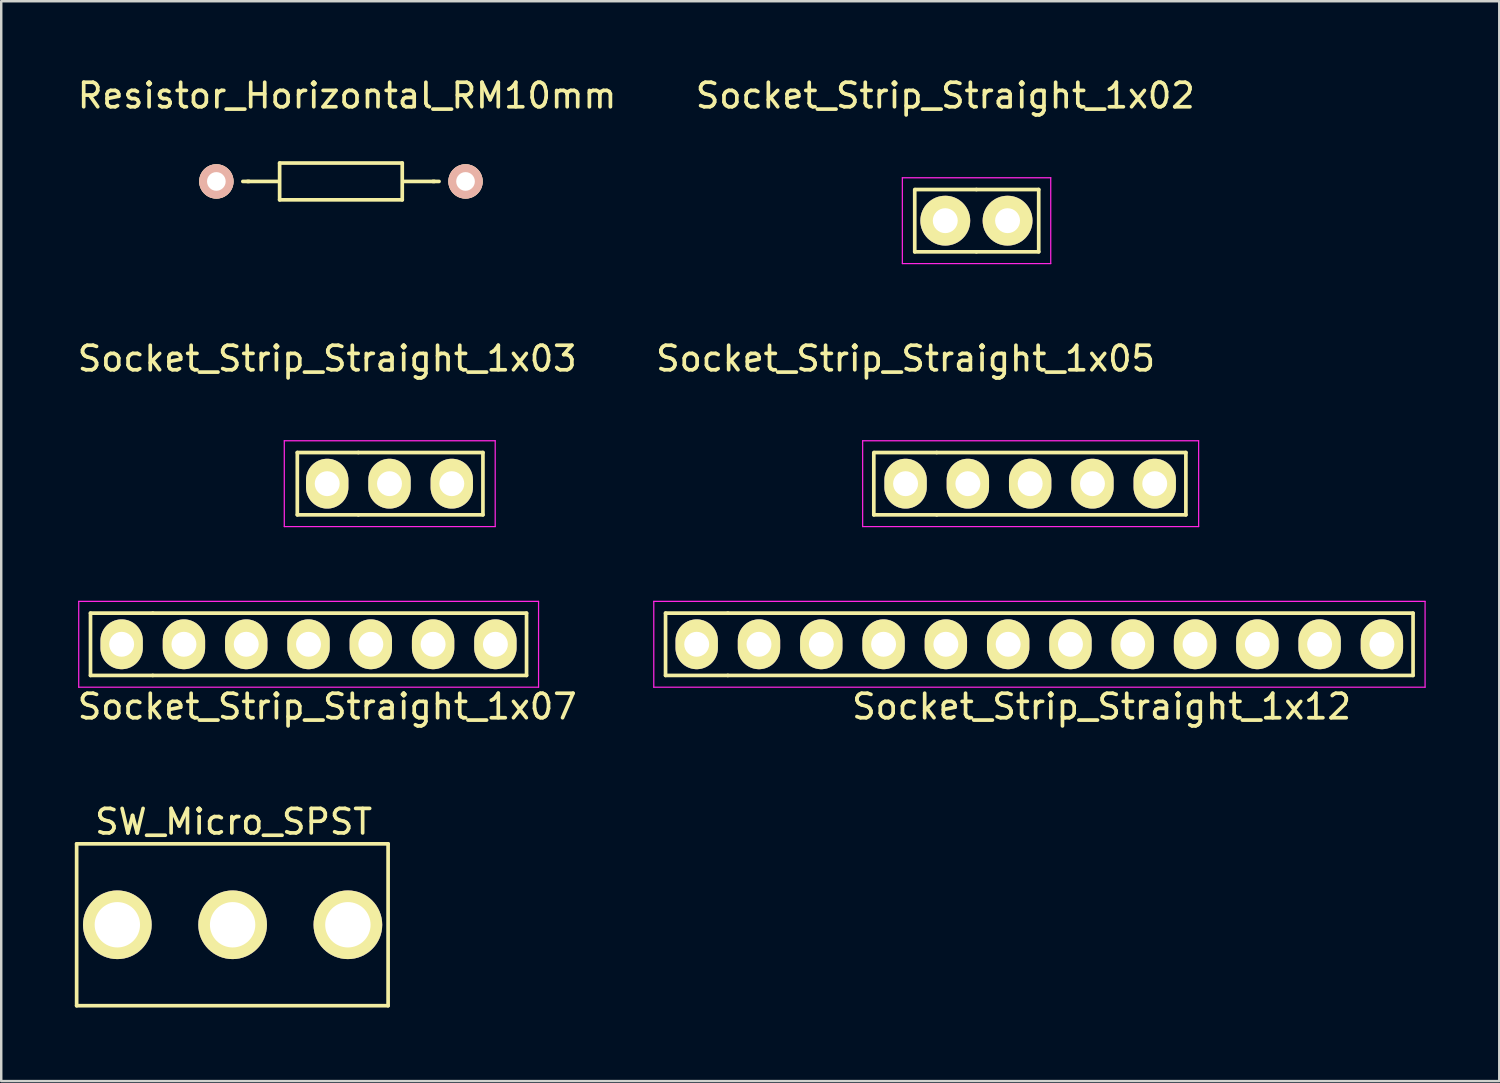
<source format=kicad_pcb>
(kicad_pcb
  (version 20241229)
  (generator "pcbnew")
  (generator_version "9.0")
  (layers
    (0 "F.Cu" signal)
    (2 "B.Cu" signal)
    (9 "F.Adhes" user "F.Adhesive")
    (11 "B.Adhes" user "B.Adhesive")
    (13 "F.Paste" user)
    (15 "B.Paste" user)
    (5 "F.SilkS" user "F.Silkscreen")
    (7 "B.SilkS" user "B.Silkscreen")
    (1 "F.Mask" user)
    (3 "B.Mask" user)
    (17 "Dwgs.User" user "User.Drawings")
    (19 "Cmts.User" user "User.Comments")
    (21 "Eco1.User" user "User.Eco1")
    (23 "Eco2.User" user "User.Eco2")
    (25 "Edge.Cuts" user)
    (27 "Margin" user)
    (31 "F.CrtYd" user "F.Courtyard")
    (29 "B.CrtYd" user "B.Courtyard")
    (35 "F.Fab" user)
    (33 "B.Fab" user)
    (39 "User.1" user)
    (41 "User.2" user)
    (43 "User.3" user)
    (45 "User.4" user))
  (footprint "Resistor_Horizontal_RM10mm"
    (layer "F.Cu")
    (at 10.852 4.348)
    (property "Reference" "Resistor_Horizontal_RM10mm" (at 0.249 -3.5 0) (layer "F.SilkS") (effects (font (size 1 1) (thickness 0.15))))
    (attr through_hole)
    (fp_line (start -3.75 0) (end -4 0) (stroke (width 0.15) (type solid)) (layer "F.SilkS"))
    (fp_line (start -2.54 0) (end -3.81 0) (stroke (width 0.15) (type solid)) (layer "F.SilkS"))
    (fp_line (start -2.5 -0.75) (end -2.5 0.75) (stroke (width 0.15) (type solid)) (layer "F.SilkS"))
    (fp_line (start -2.5 0.75) (end 2.5 0.75) (stroke (width 0.15) (type solid)) (layer "F.SilkS"))
    (fp_line (start 2.5 -0.75) (end -2.5 -0.75) (stroke (width 0.15) (type solid)) (layer "F.SilkS"))
    (fp_line (start 2.5 0.75) (end 2.5 -0.75) (stroke (width 0.15) (type solid)) (layer "F.SilkS"))
    (fp_line (start 2.54 0) (end 3.81 0) (stroke (width 0.15) (type solid)) (layer "F.SilkS"))
    (fp_line (start 3.75 0) (end 4 0) (stroke (width 0.15) (type solid)) (layer "F.SilkS"))
    (pad "1" thru_hole circle (at -5.08 0) (size 1.4 1.4) (drill 0.76) (layers "*.Cu" "*.SilkS" "*.Mask"))
    (pad "2" thru_hole circle (at 5.08 0) (size 1.4 1.4) (drill 0.76) (layers "*.Cu" "*.SilkS" "*.Mask")))
  (footprint "Socket_Strip_Straight_1x07"
    (layer "F.Cu")
    (at 1.91 23.221)
    (property "Reference" "Socket_Strip_Straight_1x07" (at 8.382 2.54 0) (layer "F.SilkS") (effects (font (size 1 1) (thickness 0.15))))
    (attr through_hole)
    (fp_line (start -1.27 1.27) (end -1.27 -1.27) (stroke (width 0.15) (type solid)) (layer "F.SilkS"))
    (fp_line (start -1.27 1.27) (end 1.27 1.27) (stroke (width 0.15) (type solid)) (layer "F.SilkS"))
    (fp_line (start 1.27 -1.27) (end -1.27 -1.27) (stroke (width 0.15) (type solid)) (layer "F.SilkS"))
    (fp_line (start 1.27 1.27) (end 16.51 1.27) (stroke (width 0.15) (type solid)) (layer "F.SilkS"))
    (fp_line (start 16.51 -1.27) (end 1.27 -1.27) (stroke (width 0.15) (type solid)) (layer "F.SilkS"))
    (fp_line (start 16.51 1.27) (end 16.51 -1.27) (stroke (width 0.15) (type solid)) (layer "F.SilkS"))
    (fp_line (start -1.75 -1.75) (end -1.75 1.75) (stroke (width 0.05) (type solid)) (layer "F.CrtYd"))
    (fp_line (start -1.75 -1.75) (end 17 -1.75) (stroke (width 0.05) (type solid)) (layer "F.CrtYd"))
    (fp_line (start -1.75 1.75) (end 17 1.75) (stroke (width 0.05) (type solid)) (layer "F.CrtYd"))
    (fp_line (start 17 -1.75) (end 17 1.75) (stroke (width 0.05) (type solid)) (layer "F.CrtYd"))
    (pad "1" thru_hole oval (at 0 0) (size 1.727 2.032) (drill 1.016) (layers "*.Cu" "*.Mask" "F.SilkS"))
    (pad "2" thru_hole oval (at 2.54 0) (size 1.727 2.032) (drill 1.016) (layers "*.Cu" "*.Mask" "F.SilkS"))
    (pad "3" thru_hole oval (at 5.08 0) (size 1.727 2.032) (drill 1.016) (layers "*.Cu" "*.Mask" "F.SilkS"))
    (pad "4" thru_hole oval (at 7.62 0) (size 1.727 2.032) (drill 1.016) (layers "*.Cu" "*.Mask" "F.SilkS"))
    (pad "5" thru_hole oval (at 10.16 0) (size 1.727 2.032) (drill 1.016) (layers "*.Cu" "*.Mask" "F.SilkS"))
    (pad "6" thru_hole oval (at 12.7 0) (size 1.727 2.032) (drill 1.016) (layers "*.Cu" "*.Mask" "F.SilkS"))
    (pad "7" thru_hole oval (at 15.24 0) (size 1.727 2.032) (drill 1.016) (layers "*.Cu" "*.Mask" "F.SilkS")))
  (footprint "Socket_Strip_Straight_1x02"
    (layer "F.Cu")
    (at 35.494 5.948)
    (property "Reference" "Socket_Strip_Straight_1x02" (at 0 -5.1 0) (layer "F.SilkS") (effects (font (size 1 1) (thickness 0.15))))
    (attr through_hole)
    (fp_line (start -1.245 1.27) (end -1.245 -1.27) (stroke (width 0.15) (type solid)) (layer "F.SilkS"))
    (fp_line (start 1.27 -1.27) (end -1.219 -1.27) (stroke (width 0.15) (type solid)) (layer "F.SilkS"))
    (fp_line (start 1.27 -1.27) (end 3.81 -1.27) (stroke (width 0.15) (type solid)) (layer "F.SilkS"))
    (fp_line (start 1.27 1.27) (end -1.245 1.27) (stroke (width 0.15) (type solid)) (layer "F.SilkS"))
    (fp_line (start 3.81 -1.27) (end 3.81 1.27) (stroke (width 0.15) (type solid)) (layer "F.SilkS"))
    (fp_line (start 3.81 1.27) (end 1.27 1.27) (stroke (width 0.15) (type solid)) (layer "F.SilkS"))
    (fp_line (start -1.75 -1.75) (end -1.75 1.75) (stroke (width 0.05) (type solid)) (layer "F.CrtYd"))
    (fp_line (start -1.75 -1.75) (end 4.3 -1.75) (stroke (width 0.05) (type solid)) (layer "F.CrtYd"))
    (fp_line (start -1.75 1.75) (end 4.3 1.75) (stroke (width 0.05) (type solid)) (layer "F.CrtYd"))
    (fp_line (start 4.3 -1.75) (end 4.3 1.75) (stroke (width 0.05) (type solid)) (layer "F.CrtYd"))
    (pad "1" thru_hole oval (at 0 0) (size 2.032 2.032) (drill 1.016) (layers "*.Cu" "*.Mask" "F.SilkS"))
    (pad "2" thru_hole oval (at 2.54 0) (size 2.032 2.032) (drill 1.016) (layers "*.Cu" "*.Mask" "F.SilkS")))
  (footprint "Socket_Strip_Straight_1x12"
    (layer "F.Cu")
    (at 25.358 23.221)
    (property "Reference" "Socket_Strip_Straight_1x12" (at 16.51 2.54 0) (layer "F.SilkS") (effects (font (size 1 1) (thickness 0.15))))
    (attr through_hole)
    (fp_line (start -1.27 -1.27) (end 1.27 -1.27) (stroke (width 0.15) (type solid)) (layer "F.SilkS"))
    (fp_line (start -1.27 1.27) (end -1.27 -1.27) (stroke (width 0.15) (type solid)) (layer "F.SilkS"))
    (fp_line (start 1.27 1.27) (end -1.27 1.27) (stroke (width 0.15) (type solid)) (layer "F.SilkS"))
    (fp_line (start 1.27 1.27) (end 29.21 1.27) (stroke (width 0.15) (type solid)) (layer "F.SilkS"))
    (fp_line (start 29.21 -1.27) (end 1.27 -1.27) (stroke (width 0.15) (type solid)) (layer "F.SilkS"))
    (fp_line (start 29.21 1.27) (end 29.21 -1.27) (stroke (width 0.15) (type solid)) (layer "F.SilkS"))
    (fp_line (start -1.75 -1.75) (end -1.75 1.75) (stroke (width 0.05) (type solid)) (layer "F.CrtYd"))
    (fp_line (start -1.75 -1.75) (end 29.7 -1.75) (stroke (width 0.05) (type solid)) (layer "F.CrtYd"))
    (fp_line (start -1.75 1.75) (end 29.7 1.75) (stroke (width 0.05) (type solid)) (layer "F.CrtYd"))
    (fp_line (start 29.7 -1.75) (end 29.7 1.75) (stroke (width 0.05) (type solid)) (layer "F.CrtYd"))
    (pad "1" thru_hole oval (at 0 0) (size 1.727 2.032) (drill 1.016) (layers "*.Cu" "*.Mask" "F.SilkS"))
    (pad "2" thru_hole oval (at 2.54 0) (size 1.727 2.032) (drill 1.016) (layers "*.Cu" "*.Mask" "F.SilkS"))
    (pad "3" thru_hole oval (at 5.08 0) (size 1.727 2.032) (drill 1.016) (layers "*.Cu" "*.Mask" "F.SilkS"))
    (pad "4" thru_hole oval (at 7.62 0) (size 1.727 2.032) (drill 1.016) (layers "*.Cu" "*.Mask" "F.SilkS"))
    (pad "5" thru_hole oval (at 10.16 0) (size 1.727 2.032) (drill 1.016) (layers "*.Cu" "*.Mask" "F.SilkS"))
    (pad "6" thru_hole oval (at 12.7 0) (size 1.727 2.032) (drill 1.016) (layers "*.Cu" "*.Mask" "F.SilkS"))
    (pad "7" thru_hole oval (at 15.24 0) (size 1.727 2.032) (drill 1.016) (layers "*.Cu" "*.Mask" "F.SilkS"))
    (pad "8" thru_hole oval (at 17.78 0) (size 1.727 2.032) (drill 1.016) (layers "*.Cu" "*.Mask" "F.SilkS"))
    (pad "9" thru_hole oval (at 20.32 0) (size 1.727 2.032) (drill 1.016) (layers "*.Cu" "*.Mask" "F.SilkS"))
    (pad "10" thru_hole oval (at 22.86 0) (size 1.727 2.032) (drill 1.016) (layers "*.Cu" "*.Mask" "F.SilkS"))
    (pad "11" thru_hole oval (at 25.4 0) (size 1.727 2.032) (drill 1.016) (layers "*.Cu" "*.Mask" "F.SilkS"))
    (pad "12" thru_hole oval (at 27.94 0) (size 1.727 2.032) (drill 1.016) (layers "*.Cu" "*.Mask" "F.SilkS")))
  (footprint "SW_Micro_SPST"
    (layer "F.Cu")
    (at 6.475 34.658)
    (property "Reference" "SW_Micro_SPST" (at 0 -4.2 0) (layer "F.SilkS") (effects (font (size 1 1) (thickness 0.15))))
    (attr through_hole)
    (fp_line (start -6.4 -3.3) (end -6.4 3.3) (stroke (width 0.15) (type solid)) (layer "F.SilkS"))
    (fp_line (start -6.4 3.3) (end 6.3 3.3) (stroke (width 0.15) (type solid)) (layer "F.SilkS"))
    (fp_line (start 6.3 -3.3) (end -6.4 -3.3) (stroke (width 0.15) (type solid)) (layer "F.SilkS"))
    (fp_line (start 6.3 3.3) (end 6.3 -3.3) (stroke (width 0.15) (type solid)) (layer "F.SilkS"))
    (pad "1" thru_hole circle (at -4.74 0) (size 2.8 2.8) (drill 1.85) (layers "*.Cu" "*.Mask" "F.SilkS"))
    (pad "2" thru_hole circle (at -0.04 0) (size 2.8 2.8) (drill 1.85) (layers "*.Cu" "*.Mask" "F.SilkS"))
    (pad "3" thru_hole circle (at 4.66 0) (size 2.8 2.8) (drill 1.85) (layers "*.Cu" "*.Mask" "F.SilkS")))
  (footprint "Socket_Strip_Straight_1x05"
    (layer "F.Cu")
    (at 33.875 16.672)
    (property "Reference" "Socket_Strip_Straight_1x05" (at 0 -5.1 0) (layer "F.SilkS") (effects (font (size 1 1) (thickness 0.15))))
    (attr through_hole)
    (fp_line (start -1.295 1.27) (end -1.295 -1.27) (stroke (width 0.15) (type solid)) (layer "F.SilkS"))
    (fp_line (start 1.27 -1.27) (end -1.27 -1.27) (stroke (width 0.15) (type solid)) (layer "F.SilkS"))
    (fp_line (start 1.27 1.27) (end -1.295 1.27) (stroke (width 0.15) (type solid)) (layer "F.SilkS"))
    (fp_line (start 1.27 1.27) (end 11.43 1.27) (stroke (width 0.15) (type solid)) (layer "F.SilkS"))
    (fp_line (start 11.43 -1.27) (end 1.27 -1.27) (stroke (width 0.15) (type solid)) (layer "F.SilkS"))
    (fp_line (start 11.43 1.27) (end 11.43 -1.27) (stroke (width 0.15) (type solid)) (layer "F.SilkS"))
    (fp_line (start -1.75 -1.75) (end -1.75 1.75) (stroke (width 0.05) (type solid)) (layer "F.CrtYd"))
    (fp_line (start -1.75 -1.75) (end 11.95 -1.75) (stroke (width 0.05) (type solid)) (layer "F.CrtYd"))
    (fp_line (start -1.75 1.75) (end 11.95 1.75) (stroke (width 0.05) (type solid)) (layer "F.CrtYd"))
    (fp_line (start 11.95 -1.75) (end 11.95 1.75) (stroke (width 0.05) (type solid)) (layer "F.CrtYd"))
    (pad "1" thru_hole oval (at 0 0) (size 1.727 2.032) (drill 1.016) (layers "*.Cu" "*.Mask" "F.SilkS"))
    (pad "2" thru_hole oval (at 2.54 0) (size 1.727 2.032) (drill 1.016) (layers "*.Cu" "*.Mask" "F.SilkS"))
    (pad "3" thru_hole oval (at 5.08 0) (size 1.727 2.032) (drill 1.016) (layers "*.Cu" "*.Mask" "F.SilkS"))
    (pad "4" thru_hole oval (at 7.62 0) (size 1.727 2.032) (drill 1.016) (layers "*.Cu" "*.Mask" "F.SilkS"))
    (pad "5" thru_hole oval (at 10.16 0) (size 1.727 2.032) (drill 1.016) (layers "*.Cu" "*.Mask" "F.SilkS")))
  (footprint "Socket_Strip_Straight_1x03"
    (layer "F.Cu")
    (at 10.292 16.672)
    (property "Reference" "Socket_Strip_Straight_1x03" (at 0 -5.1 0) (layer "F.SilkS") (effects (font (size 1 1) (thickness 0.15))))
    (attr through_hole)
    (fp_line (start -1.219 1.27) (end -1.219 -1.27) (stroke (width 0.15) (type solid)) (layer "F.SilkS"))
    (fp_line (start 1.27 -1.27) (end -1.219 -1.27) (stroke (width 0.15) (type solid)) (layer "F.SilkS"))
    (fp_line (start 1.27 -1.27) (end 6.35 -1.27) (stroke (width 0.15) (type solid)) (layer "F.SilkS"))
    (fp_line (start 1.27 1.27) (end -1.219 1.27) (stroke (width 0.15) (type solid)) (layer "F.SilkS"))
    (fp_line (start 6.35 -1.27) (end 6.35 1.27) (stroke (width 0.15) (type solid)) (layer "F.SilkS"))
    (fp_line (start 6.35 1.27) (end 1.27 1.27) (stroke (width 0.15) (type solid)) (layer "F.SilkS"))
    (fp_line (start -1.75 -1.75) (end -1.75 1.75) (stroke (width 0.05) (type solid)) (layer "F.CrtYd"))
    (fp_line (start -1.75 -1.75) (end 6.85 -1.75) (stroke (width 0.05) (type solid)) (layer "F.CrtYd"))
    (fp_line (start -1.75 1.75) (end 6.85 1.75) (stroke (width 0.05) (type solid)) (layer "F.CrtYd"))
    (fp_line (start 6.85 -1.75) (end 6.85 1.75) (stroke (width 0.05) (type solid)) (layer "F.CrtYd"))
    (pad "1" thru_hole oval (at 0 0) (size 1.727 2.032) (drill 1.016) (layers "*.Cu" "*.Mask" "F.SilkS"))
    (pad "2" thru_hole oval (at 2.54 0) (size 1.727 2.032) (drill 1.016) (layers "*.Cu" "*.Mask" "F.SilkS"))
    (pad "3" thru_hole oval (at 5.08 0) (size 1.727 2.032) (drill 1.016) (layers "*.Cu" "*.Mask" "F.SilkS")))
  (gr_rect
    (start -3 -3)
    (end 58.083 41.033)
    (stroke (width 0.1) (type default))
    (fill no)
    (layer "Edge.Cuts")))
</source>
